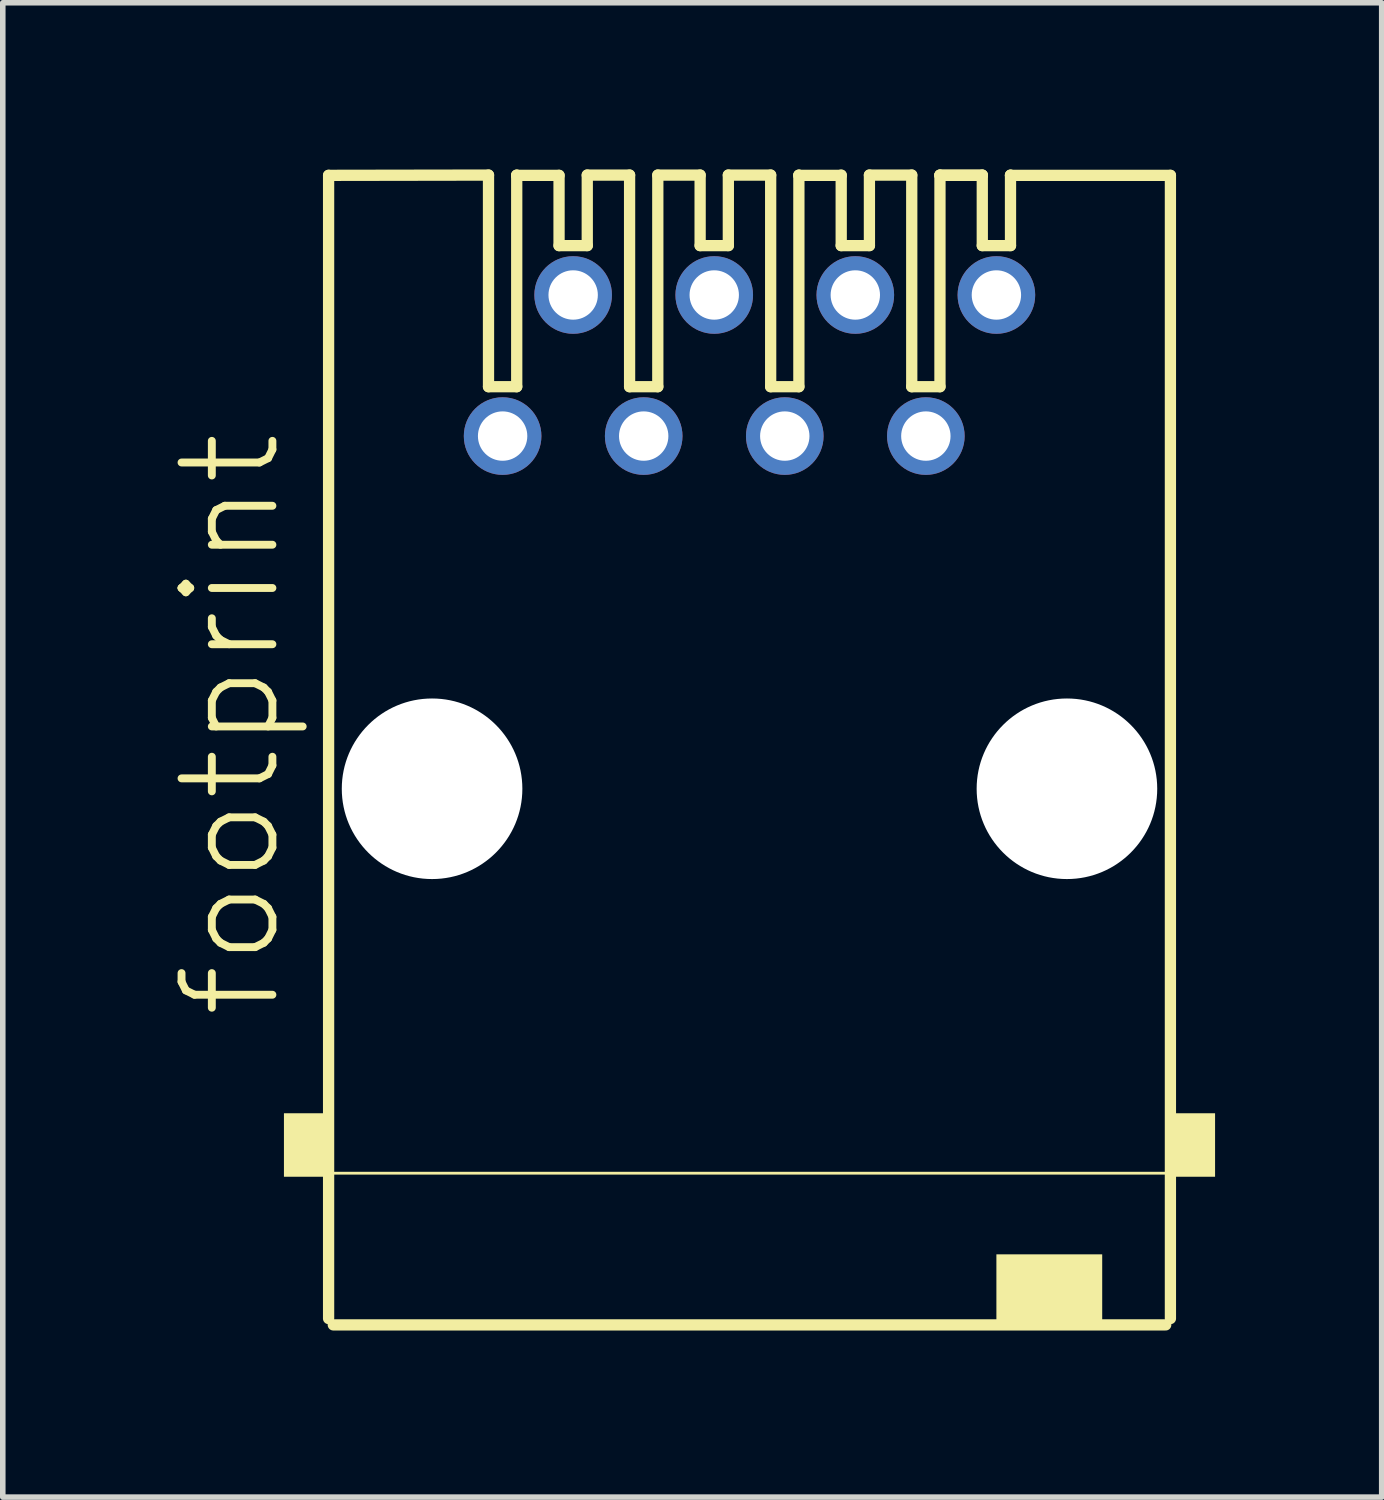
<source format=kicad_pcb>
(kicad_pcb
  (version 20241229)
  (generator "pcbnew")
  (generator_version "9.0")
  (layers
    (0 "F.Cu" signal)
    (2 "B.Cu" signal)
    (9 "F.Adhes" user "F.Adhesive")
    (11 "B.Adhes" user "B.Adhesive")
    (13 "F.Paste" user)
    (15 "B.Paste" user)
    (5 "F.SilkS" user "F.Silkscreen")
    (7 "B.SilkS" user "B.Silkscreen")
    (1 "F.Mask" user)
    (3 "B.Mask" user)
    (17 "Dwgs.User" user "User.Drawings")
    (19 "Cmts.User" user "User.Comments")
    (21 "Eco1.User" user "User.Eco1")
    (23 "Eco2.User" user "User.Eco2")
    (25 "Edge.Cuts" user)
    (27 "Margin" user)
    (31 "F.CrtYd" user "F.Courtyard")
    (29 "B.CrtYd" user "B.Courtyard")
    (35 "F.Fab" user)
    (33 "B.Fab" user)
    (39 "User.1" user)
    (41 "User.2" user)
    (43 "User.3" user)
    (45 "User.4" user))
  (footprint "footprint"
    (layer "F.Cu")
    (at 10.444 11.151)
    (property "Reference" "footprint" (at -8.382 4.191 90) (layer "F.SilkS") (effects (font (size 1.636 1.636) (thickness 0.142)) (justify left bottom)))
    (fp_line (start -7.578 -11.044) (end -4.699 -11.049) (stroke (width 0.203) (type solid)) (layer "F.SilkS"))
    (fp_line (start -7.578 9.538) (end -7.578 -11.044) (stroke (width 0.203) (type solid)) (layer "F.SilkS"))
    (fp_line (start -4.699 -11.049) (end -4.699 -7.239) (stroke (width 0.203) (type solid)) (layer "F.SilkS"))
    (fp_line (start -4.699 -7.239) (end -4.191 -7.239) (stroke (width 0.203) (type solid)) (layer "F.SilkS"))
    (fp_line (start -4.191 -11.049) (end -4.191 -11.044) (stroke (width 0.203) (type solid)) (layer "F.SilkS"))
    (fp_line (start -4.191 -11.044) (end -4.191 -7.239) (stroke (width 0.203) (type solid)) (layer "F.SilkS"))
    (fp_line (start -4.191 -11.044) (end -3.429 -11.044) (stroke (width 0.203) (type solid)) (layer "F.SilkS"))
    (fp_line (start -3.429 -11.044) (end -3.429 -9.779) (stroke (width 0.203) (type solid)) (layer "F.SilkS"))
    (fp_line (start -3.429 -9.779) (end -2.921 -9.779) (stroke (width 0.203) (type solid)) (layer "F.SilkS"))
    (fp_line (start -2.921 -11.049) (end -2.921 -9.779) (stroke (width 0.203) (type solid)) (layer "F.SilkS"))
    (fp_line (start -2.921 -11.049) (end -2.159 -11.049) (stroke (width 0.203) (type solid)) (layer "F.SilkS"))
    (fp_line (start -2.159 -11.049) (end -2.159 -7.239) (stroke (width 0.203) (type solid)) (layer "F.SilkS"))
    (fp_line (start -2.159 -7.239) (end -1.651 -7.239) (stroke (width 0.203) (type solid)) (layer "F.SilkS"))
    (fp_line (start -1.651 -11.049) (end -1.651 -7.239) (stroke (width 0.203) (type solid)) (layer "F.SilkS"))
    (fp_line (start -1.651 -11.049) (end -0.889 -11.049) (stroke (width 0.203) (type solid)) (layer "F.SilkS"))
    (fp_line (start -0.889 -11.049) (end -0.889 -9.779) (stroke (width 0.203) (type solid)) (layer "F.SilkS"))
    (fp_line (start -0.889 -9.779) (end -0.381 -9.779) (stroke (width 0.203) (type solid)) (layer "F.SilkS"))
    (fp_line (start -0.381 -11.049) (end -0.381 -9.779) (stroke (width 0.203) (type solid)) (layer "F.SilkS"))
    (fp_line (start -0.381 -11.049) (end 0.381 -11.049) (stroke (width 0.203) (type solid)) (layer "F.SilkS"))
    (fp_line (start 0.381 -11.049) (end 0.381 -7.239) (stroke (width 0.203) (type solid)) (layer "F.SilkS"))
    (fp_line (start 0.381 -7.239) (end 0.889 -7.239) (stroke (width 0.203) (type solid)) (layer "F.SilkS"))
    (fp_line (start 0.889 -11.049) (end 0.889 -11.044) (stroke (width 0.203) (type solid)) (layer "F.SilkS"))
    (fp_line (start 0.889 -11.044) (end 0.889 -7.239) (stroke (width 0.203) (type solid)) (layer "F.SilkS"))
    (fp_line (start 0.889 -11.044) (end 1.651 -11.044) (stroke (width 0.203) (type solid)) (layer "F.SilkS"))
    (fp_line (start 1.651 -11.049) (end 1.651 -9.779) (stroke (width 0.203) (type solid)) (layer "F.SilkS"))
    (fp_line (start 1.651 -9.779) (end 2.159 -9.779) (stroke (width 0.203) (type solid)) (layer "F.SilkS"))
    (fp_line (start 2.159 -11.049) (end 2.159 -9.779) (stroke (width 0.203) (type solid)) (layer "F.SilkS"))
    (fp_line (start 2.159 -11.049) (end 2.921 -11.049) (stroke (width 0.203) (type solid)) (layer "F.SilkS"))
    (fp_line (start 2.921 -11.049) (end 2.921 -7.239) (stroke (width 0.203) (type solid)) (layer "F.SilkS"))
    (fp_line (start 2.921 -7.239) (end 3.429 -7.239) (stroke (width 0.203) (type solid)) (layer "F.SilkS"))
    (fp_line (start 3.429 -11.049) (end 3.429 -11.044) (stroke (width 0.203) (type solid)) (layer "F.SilkS"))
    (fp_line (start 3.429 -11.049) (end 4.191 -11.049) (stroke (width 0.203) (type solid)) (layer "F.SilkS"))
    (fp_line (start 3.429 -11.044) (end 3.429 -7.239) (stroke (width 0.203) (type solid)) (layer "F.SilkS"))
    (fp_line (start 3.429 -11.044) (end 4.191 -11.044) (stroke (width 0.203) (type solid)) (layer "F.SilkS"))
    (fp_line (start 4.191 -11.049) (end 4.191 -9.779) (stroke (width 0.203) (type solid)) (layer "F.SilkS"))
    (fp_line (start 4.191 -9.779) (end 4.699 -9.779) (stroke (width 0.203) (type solid)) (layer "F.SilkS"))
    (fp_line (start 4.699 -11.049) (end 4.699 -11.044) (stroke (width 0.203) (type solid)) (layer "F.SilkS"))
    (fp_line (start 4.699 -11.044) (end 4.699 -9.779) (stroke (width 0.203) (type solid)) (layer "F.SilkS"))
    (fp_line (start 4.699 -11.044) (end 7.578 -11.044) (stroke (width 0.203) (type solid)) (layer "F.SilkS"))
    (fp_line (start 7.493 9.652) (end -7.493 9.652) (stroke (width 0.203) (type solid)) (layer "F.SilkS"))
    (fp_line (start 7.556 6.921) (end -7.556 6.921) (stroke (width 0.051) (type solid)) (layer "F.SilkS"))
    (fp_line (start 7.578 -11.044) (end 7.578 9.538) (stroke (width 0.203) (type solid)) (layer "F.SilkS"))
    (fp_poly (pts (xy -8.382 6.985) (xy -7.62 6.985) (xy -7.62 5.842) (xy -8.382 5.842)) (stroke (width 0) (type solid)) (fill yes) (layer "F.SilkS"))
    (fp_poly (pts (xy 4.445 9.652) (xy 6.35 9.652) (xy 6.35 8.382) (xy 4.445 8.382)) (stroke (width 0) (type solid)) (fill yes) (layer "F.SilkS"))
    (fp_poly (pts (xy 7.62 6.985) (xy 8.382 6.985) (xy 8.382 5.842) (xy 7.62 5.842)) (stroke (width 0) (type solid)) (fill yes) (layer "F.SilkS"))
    (pad "" np_thru_hole circle (at -5.715 0) (size 3.251 3.251) (drill 3.251) (layers "*.Cu" "*.Mask"))
    (pad "" np_thru_hole circle (at 5.715 0) (size 3.251 3.251) (drill 3.251) (layers "*.Cu" "*.Mask"))
    (pad "1" thru_hole circle (at -4.445 -6.35) (size 1.397 1.397) (drill 0.889) (layers "*.Cu" "*.Mask"))
    (pad "2" thru_hole circle (at -3.175 -8.89) (size 1.397 1.397) (drill 0.889) (layers "*.Cu" "*.Mask"))
    (pad "3" thru_hole circle (at -1.905 -6.35) (size 1.397 1.397) (drill 0.889) (layers "*.Cu" "*.Mask"))
    (pad "4" thru_hole circle (at -0.635 -8.89) (size 1.397 1.397) (drill 0.889) (layers "*.Cu" "*.Mask"))
    (pad "5" thru_hole circle (at 0.635 -6.35) (size 1.397 1.397) (drill 0.889) (layers "*.Cu" "*.Mask"))
    (pad "6" thru_hole circle (at 1.905 -8.89) (size 1.397 1.397) (drill 0.889) (layers "*.Cu" "*.Mask"))
    (pad "7" thru_hole circle (at 3.175 -6.35) (size 1.397 1.397) (drill 0.889) (layers "*.Cu" "*.Mask"))
    (pad "8" thru_hole circle (at 4.445 -8.89) (size 1.397 1.397) (drill 0.889) (layers "*.Cu" "*.Mask")))
  (gr_rect
    (start -3 -3)
    (end 21.826 23.904)
    (stroke (width 0.1) (type default))
    (fill no)
    (layer "Edge.Cuts")))
</source>
